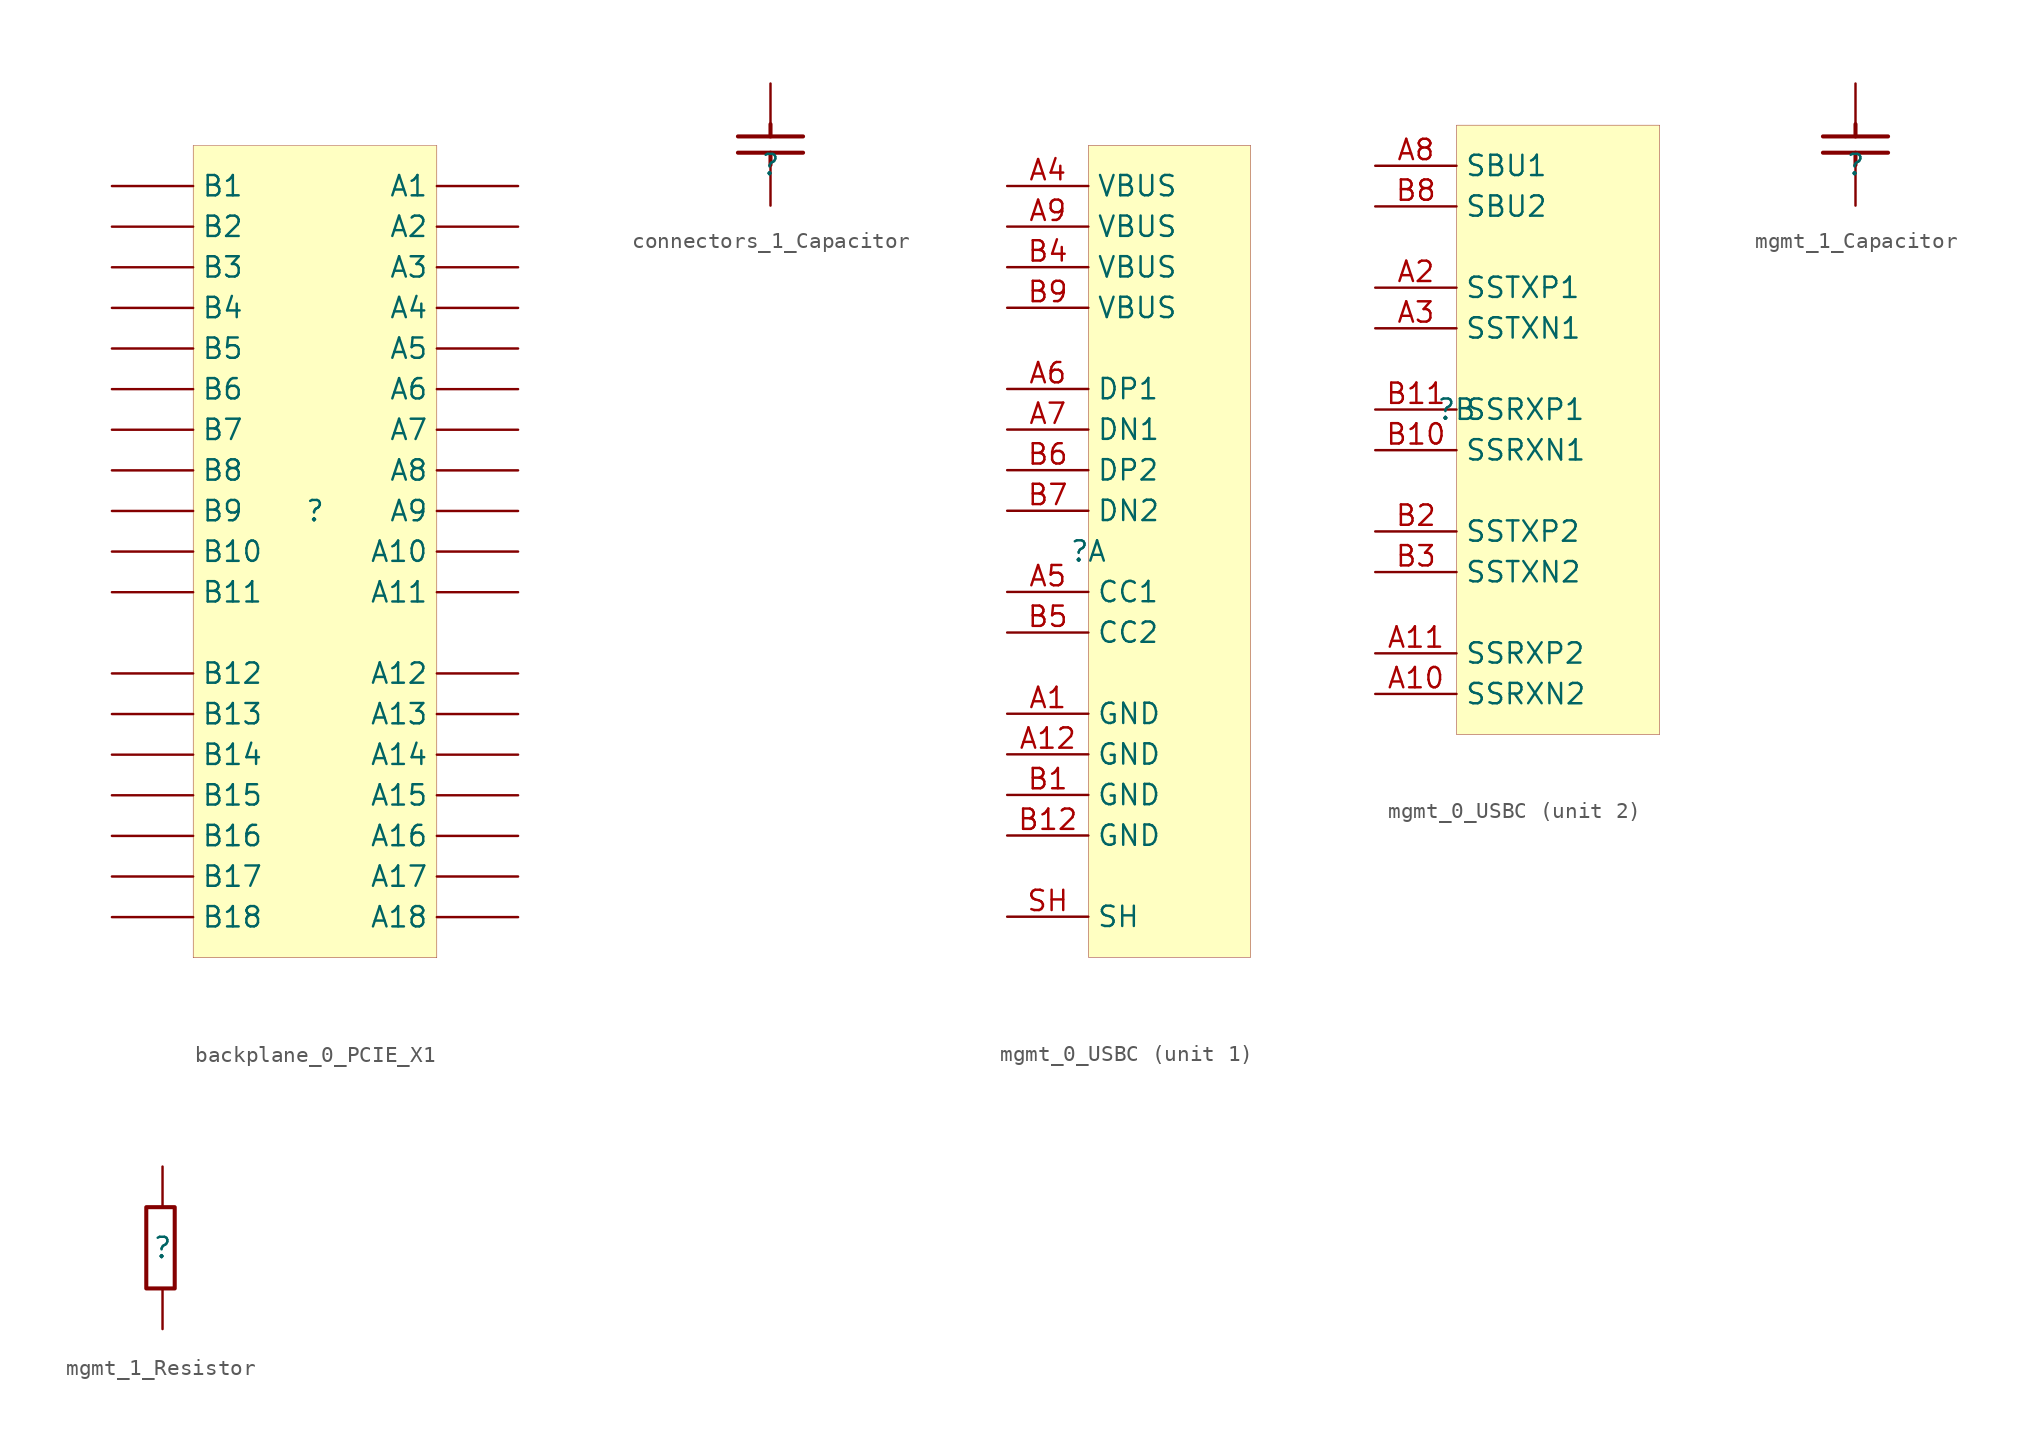
<source format=kicad_sym>
(kicad_symbol_lib
  (version 20231120)
  (generator "kicad_symbol_editor")
  (generator_version "7.99")
  (symbol "backplane_0_PCIE_X1"
    (property "Reference" ""
      (at 0 0 0)
      (effects (font (size 1.27 1.27))))
    (property "Value" ""
      (at 0 0 0)
      (effects (font (size 1.27 1.27))))
    (symbol "backplane_0_PCIE_X1_1_0"
      (rectangle (start 7.62 22.86) (end -7.62 -27.94) (stroke (width 0.025) (type solid) (color 128 0 0 1)) (fill (type background)))
      (pin passive line (at 12.7 20.32 180) (length 5.08) (name "A1" (effects (font (size 1.27 1.27)))) (number "A1" (effects (font (size 0 0)))))
      (pin passive line (at 12.7 -2.54 180) (length 5.08) (name "A10" (effects (font (size 1.27 1.27)))) (number "A10" (effects (font (size 0 0)))))
      (pin passive line (at 12.7 -5.08 180) (length 5.08) (name "A11" (effects (font (size 1.27 1.27)))) (number "A11" (effects (font (size 0 0)))))
      (pin passive line (at 12.7 -10.16 180) (length 5.08) (name "A12" (effects (font (size 1.27 1.27)))) (number "A12" (effects (font (size 0 0)))))
      (pin passive line (at 12.7 -12.7 180) (length 5.08) (name "A13" (effects (font (size 1.27 1.27)))) (number "A13" (effects (font (size 0 0)))))
      (pin passive line (at 12.7 -15.24 180) (length 5.08) (name "A14" (effects (font (size 1.27 1.27)))) (number "A14" (effects (font (size 0 0)))))
      (pin passive line (at 12.7 -17.78 180) (length 5.08) (name "A15" (effects (font (size 1.27 1.27)))) (number "A15" (effects (font (size 0 0)))))
      (pin passive line (at 12.7 -20.32 180) (length 5.08) (name "A16" (effects (font (size 1.27 1.27)))) (number "A16" (effects (font (size 0 0)))))
      (pin passive line (at 12.7 -22.86 180) (length 5.08) (name "A17" (effects (font (size 1.27 1.27)))) (number "A17" (effects (font (size 0 0)))))
      (pin passive line (at 12.7 -25.4 180) (length 5.08) (name "A18" (effects (font (size 1.27 1.27)))) (number "A18" (effects (font (size 0 0)))))
      (pin passive line (at 12.7 17.78 180) (length 5.08) (name "A2" (effects (font (size 1.27 1.27)))) (number "A2" (effects (font (size 0 0)))))
      (pin passive line (at 12.7 15.24 180) (length 5.08) (name "A3" (effects (font (size 1.27 1.27)))) (number "A3" (effects (font (size 0 0)))))
      (pin passive line (at 12.7 12.7 180) (length 5.08) (name "A4" (effects (font (size 1.27 1.27)))) (number "A4" (effects (font (size 0 0)))))
      (pin passive line (at 12.7 10.16 180) (length 5.08) (name "A5" (effects (font (size 1.27 1.27)))) (number "A5" (effects (font (size 0 0)))))
      (pin passive line (at 12.7 7.62 180) (length 5.08) (name "A6" (effects (font (size 1.27 1.27)))) (number "A6" (effects (font (size 0 0)))))
      (pin passive line (at 12.7 5.08 180) (length 5.08) (name "A7" (effects (font (size 1.27 1.27)))) (number "A7" (effects (font (size 0 0)))))
      (pin passive line (at 12.7 2.54 180) (length 5.08) (name "A8" (effects (font (size 1.27 1.27)))) (number "A8" (effects (font (size 0 0)))))
      (pin passive line (at 12.7 0 180) (length 5.08) (name "A9" (effects (font (size 1.27 1.27)))) (number "A9" (effects (font (size 0 0)))))
      (pin passive line (at -12.7 20.32 0) (length 5.08) (name "B1" (effects (font (size 1.27 1.27)))) (number "B1" (effects (font (size 0 0)))))
      (pin passive line (at -12.7 -2.54 0) (length 5.08) (name "B10" (effects (font (size 1.27 1.27)))) (number "B10" (effects (font (size 0 0)))))
      (pin passive line (at -12.7 -5.08 0) (length 5.08) (name "B11" (effects (font (size 1.27 1.27)))) (number "B11" (effects (font (size 0 0)))))
      (pin passive line (at -12.7 -10.16 0) (length 5.08) (name "B12" (effects (font (size 1.27 1.27)))) (number "B12" (effects (font (size 0 0)))))
      (pin passive line (at -12.7 -12.7 0) (length 5.08) (name "B13" (effects (font (size 1.27 1.27)))) (number "B13" (effects (font (size 0 0)))))
      (pin passive line (at -12.7 -15.24 0) (length 5.08) (name "B14" (effects (font (size 1.27 1.27)))) (number "B14" (effects (font (size 0 0)))))
      (pin passive line (at -12.7 -17.78 0) (length 5.08) (name "B15" (effects (font (size 1.27 1.27)))) (number "B15" (effects (font (size 0 0)))))
      (pin passive line (at -12.7 -20.32 0) (length 5.08) (name "B16" (effects (font (size 1.27 1.27)))) (number "B16" (effects (font (size 0 0)))))
      (pin passive line (at -12.7 -22.86 0) (length 5.08) (name "B17" (effects (font (size 1.27 1.27)))) (number "B17" (effects (font (size 0 0)))))
      (pin passive line (at -12.7 -25.4 0) (length 5.08) (name "B18" (effects (font (size 1.27 1.27)))) (number "B18" (effects (font (size 0 0)))))
      (pin passive line (at -12.7 17.78 0) (length 5.08) (name "B2" (effects (font (size 1.27 1.27)))) (number "B2" (effects (font (size 0 0)))))
      (pin passive line (at -12.7 15.24 0) (length 5.08) (name "B3" (effects (font (size 1.27 1.27)))) (number "B3" (effects (font (size 0 0)))))
      (pin passive line (at -12.7 12.7 0) (length 5.08) (name "B4" (effects (font (size 1.27 1.27)))) (number "B4" (effects (font (size 0 0)))))
      (pin passive line (at -12.7 10.16 0) (length 5.08) (name "B5" (effects (font (size 1.27 1.27)))) (number "B5" (effects (font (size 0 0)))))
      (pin passive line (at -12.7 7.62 0) (length 5.08) (name "B6" (effects (font (size 1.27 1.27)))) (number "B6" (effects (font (size 0 0)))))
      (pin passive line (at -12.7 5.08 0) (length 5.08) (name "B7" (effects (font (size 1.27 1.27)))) (number "B7" (effects (font (size 0 0)))))
      (pin passive line (at -12.7 2.54 0) (length 5.08) (name "B8" (effects (font (size 1.27 1.27)))) (number "B8" (effects (font (size 0 0)))))
      (pin passive line (at -12.7 0 0) (length 5.08) (name "B9" (effects (font (size 1.27 1.27)))) (number "B9" (effects (font (size 0 0)))))))
  (symbol "connectors_1_Capacitor"
    (property "Reference" ""
      (at 0 0 0)
      (effects (font (size 1.27 1.27))))
    (property "Value" ""
      (at 0 0 0)
      (effects (font (size 1.27 1.27))))
    (symbol "connectors_1_Capacitor_1_0"
      (polyline (pts (xy -2.032 0.762) (xy 2.032 0.762)) (stroke (width 0.254) (type solid)) (fill (type none)))
      (polyline (pts (xy 0 0) (xy 0 0.762)) (stroke (width 0.254) (type solid)) (fill (type none)))
      (polyline (pts (xy 0 1.778) (xy 0 2.54)) (stroke (width 0.254) (type solid)) (fill (type none)))
      (polyline (pts (xy 2.032 1.778) (xy -2.032 1.778)) (stroke (width 0.254) (type solid)) (fill (type none)))
      (pin passive line (at 0 -2.54 90) (length 2.54) (name "1" (effects (font (size 0 0)))) (number "1" (effects (font (size 0 0)))))
      (pin passive line (at 0 5.08 270) (length 2.54) (name "2" (effects (font (size 0 0)))) (number "2" (effects (font (size 0 0)))))))
  (symbol "mgmt_0_USBC"
    (property "Reference" ""
      (at 0 0 0)
      (effects (font (size 1.27 1.27))))
    (property "Value" ""
      (at 0 0 0)
      (effects (font (size 1.27 1.27))))
    (symbol "mgmt_0_USBC_1_0"
      (rectangle (start 10.16 25.4) (end 0 -25.4) (stroke (width 0.025) (type solid) (color 128 0 0 1)) (fill (type background)))
      (pin passive line (at -5.08 -10.16 0) (length 5.08) (name "GND" (effects (font (size 1.27 1.27)))) (number "A1" (effects (font (size 1.27 1.27)))))
      (pin passive line (at -5.08 -12.7 0) (length 5.08) (name "GND" (effects (font (size 1.27 1.27)))) (number "A12" (effects (font (size 1.27 1.27)))))
      (pin passive line (at -5.08 22.86 0) (length 5.08) (name "VBUS" (effects (font (size 1.27 1.27)))) (number "A4" (effects (font (size 1.27 1.27)))))
      (pin passive line (at -5.08 -2.54 0) (length 5.08) (name "CC1" (effects (font (size 1.27 1.27)))) (number "A5" (effects (font (size 1.27 1.27)))))
      (pin passive line (at -5.08 10.16 0) (length 5.08) (name "DP1" (effects (font (size 1.27 1.27)))) (number "A6" (effects (font (size 1.27 1.27)))))
      (pin passive line (at -5.08 7.62 0) (length 5.08) (name "DN1" (effects (font (size 1.27 1.27)))) (number "A7" (effects (font (size 1.27 1.27)))))
      (pin passive line (at -5.08 20.32 0) (length 5.08) (name "VBUS" (effects (font (size 1.27 1.27)))) (number "A9" (effects (font (size 1.27 1.27)))))
      (pin passive line (at -5.08 -15.24 0) (length 5.08) (name "GND" (effects (font (size 1.27 1.27)))) (number "B1" (effects (font (size 1.27 1.27)))))
      (pin passive line (at -5.08 -17.78 0) (length 5.08) (name "GND" (effects (font (size 1.27 1.27)))) (number "B12" (effects (font (size 1.27 1.27)))))
      (pin passive line (at -5.08 17.78 0) (length 5.08) (name "VBUS" (effects (font (size 1.27 1.27)))) (number "B4" (effects (font (size 1.27 1.27)))))
      (pin passive line (at -5.08 -5.08 0) (length 5.08) (name "CC2" (effects (font (size 1.27 1.27)))) (number "B5" (effects (font (size 1.27 1.27)))))
      (pin passive line (at -5.08 5.08 0) (length 5.08) (name "DP2" (effects (font (size 1.27 1.27)))) (number "B6" (effects (font (size 1.27 1.27)))))
      (pin passive line (at -5.08 2.54 0) (length 5.08) (name "DN2" (effects (font (size 1.27 1.27)))) (number "B7" (effects (font (size 1.27 1.27)))))
      (pin passive line (at -5.08 15.24 0) (length 5.08) (name "VBUS" (effects (font (size 1.27 1.27)))) (number "B9" (effects (font (size 1.27 1.27)))))
      (pin passive line (at -5.08 -22.86 0) (length 5.08) (name "SH" (effects (font (size 1.27 1.27)))) (number "SH" (effects (font (size 1.27 1.27))))))
    (symbol "mgmt_0_USBC_2_0"
      (rectangle (start 12.7 17.78) (end 0 -20.32) (stroke (width 0.025) (type solid) (color 128 0 0 1)) (fill (type background)))
      (pin passive line (at -5.08 -17.78 0) (length 5.08) (name "SSRXN2" (effects (font (size 1.27 1.27)))) (number "A10" (effects (font (size 1.27 1.27)))))
      (pin passive line (at -5.08 -15.24 0) (length 5.08) (name "SSRXP2" (effects (font (size 1.27 1.27)))) (number "A11" (effects (font (size 1.27 1.27)))))
      (pin passive line (at -5.08 7.62 0) (length 5.08) (name "SSTXP1" (effects (font (size 1.27 1.27)))) (number "A2" (effects (font (size 1.27 1.27)))))
      (pin passive line (at -5.08 5.08 0) (length 5.08) (name "SSTXN1" (effects (font (size 1.27 1.27)))) (number "A3" (effects (font (size 1.27 1.27)))))
      (pin passive line (at -5.08 15.24 0) (length 5.08) (name "SBU1" (effects (font (size 1.27 1.27)))) (number "A8" (effects (font (size 1.27 1.27)))))
      (pin passive line (at -5.08 -2.54 0) (length 5.08) (name "SSRXN1" (effects (font (size 1.27 1.27)))) (number "B10" (effects (font (size 1.27 1.27)))))
      (pin passive line (at -5.08 0 0) (length 5.08) (name "SSRXP1" (effects (font (size 1.27 1.27)))) (number "B11" (effects (font (size 1.27 1.27)))))
      (pin passive line (at -5.08 -7.62 0) (length 5.08) (name "SSTXP2" (effects (font (size 1.27 1.27)))) (number "B2" (effects (font (size 1.27 1.27)))))
      (pin passive line (at -5.08 -10.16 0) (length 5.08) (name "SSTXN2" (effects (font (size 1.27 1.27)))) (number "B3" (effects (font (size 1.27 1.27)))))
      (pin passive line (at -5.08 12.7 0) (length 5.08) (name "SBU2" (effects (font (size 1.27 1.27)))) (number "B8" (effects (font (size 1.27 1.27)))))))
  (symbol "mgmt_1_Capacitor"
    (property "Reference" ""
      (at 0 0 0)
      (effects (font (size 1.27 1.27))))
    (property "Value" ""
      (at 0 0 0)
      (effects (font (size 1.27 1.27))))
    (symbol "mgmt_1_Capacitor_1_0"
      (polyline (pts (xy -2.032 0.762) (xy 2.032 0.762)) (stroke (width 0.254) (type solid)) (fill (type none)))
      (polyline (pts (xy 0 0) (xy 0 0.762)) (stroke (width 0.254) (type solid)) (fill (type none)))
      (polyline (pts (xy 0 1.778) (xy 0 2.54)) (stroke (width 0.254) (type solid)) (fill (type none)))
      (polyline (pts (xy 2.032 1.778) (xy -2.032 1.778)) (stroke (width 0.254) (type solid)) (fill (type none)))
      (pin passive line (at 0 -2.54 90) (length 2.54) (name "1" (effects (font (size 0 0)))) (number "1" (effects (font (size 0 0)))))
      (pin passive line (at 0 5.08 270) (length 2.54) (name "2" (effects (font (size 0 0)))) (number "2" (effects (font (size 0 0)))))))
  (symbol "mgmt_1_Resistor"
    (property "Reference" ""
      (at 0 0 0)
      (effects (font (size 1.27 1.27))))
    (property "Value" ""
      (at 0 0 0)
      (effects (font (size 1.27 1.27))))
    (symbol "mgmt_1_Resistor_1_0"
      (polyline (pts (xy 0.762 -2.54) (xy -1.016 -2.54) (xy -1.016 2.54) (xy 0.762 2.54) (xy 0.762 -2.54)) (stroke (width 0.254) (type solid)) (fill (type none)))
      (pin passive line (at 0 -5.08 90) (length 2.54) (name "1" (effects (font (size 0 0)))) (number "1" (effects (font (size 0 0)))))
      (pin passive line (at 0 5.08 270) (length 2.54) (name "2" (effects (font (size 0 0)))) (number "2" (effects (font (size 0 0))))))))
</source>
